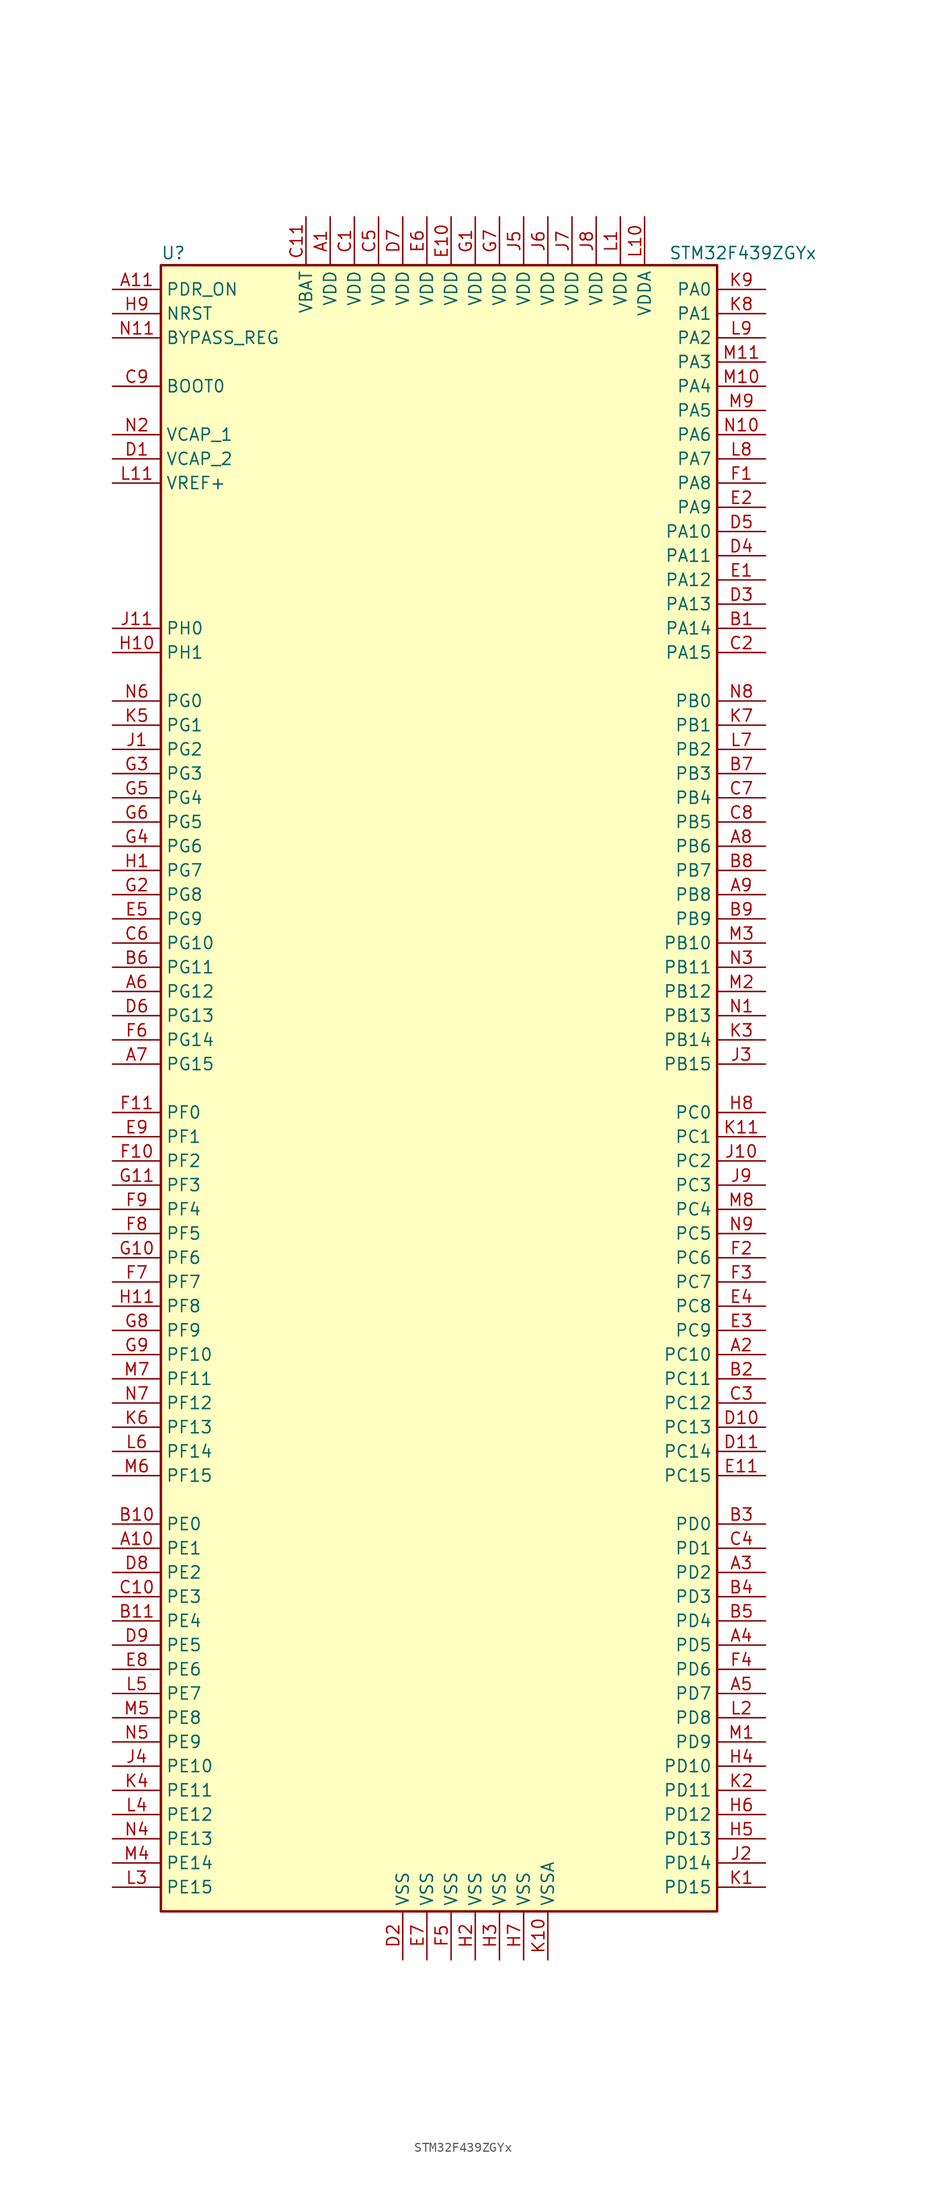
<source format=kicad_sym>
(kicad_symbol_lib
  (version 20201005)
  (generator kicad_symbol_editor)
  (symbol "MCU_ST_STM32F4:STM32F439ZGYx"
    (property "Reference" "U"
      (at -30.48 87.63 0)
      (effects (font (size 1.27 1.27)) (justify left)))
    (property "Value" "STM32F439ZGYx"
      (at 22.86 87.63 0)
      (effects (font (size 1.27 1.27)) (justify left)))
    (symbol "STM32F439ZGYx_0_1"
      (rectangle (start -30.48 -86.36) (end 27.94 86.36) (stroke (width 0.254)) (fill (type background))))
    (symbol "STM32F439ZGYx_1_1"
      (pin input line (at -35.56 73.66 0) (length 5.08) (name "BOOT0" (effects (font (size 1.27 1.27)))) (number "C9" (effects (font (size 1.27 1.27)))))
      (pin input line (at -35.56 78.74 0) (length 5.08) (name "BYPASS_REG" (effects (font (size 1.27 1.27)))) (number "N11" (effects (font (size 1.27 1.27)))))
      (pin input line (at -35.56 81.28 0) (length 5.08) (name "NRST" (effects (font (size 1.27 1.27)))) (number "H9" (effects (font (size 1.27 1.27)))))
      (pin bidirectional line (at 33.02 83.82 180) (length 5.08) (name "PA0" (effects (font (size 1.27 1.27)))) (number "K9" (effects (font (size 1.27 1.27)))))
      (pin bidirectional line (at 33.02 81.28 180) (length 5.08) (name "PA1" (effects (font (size 1.27 1.27)))) (number "K8" (effects (font (size 1.27 1.27)))))
      (pin bidirectional line (at 33.02 58.42 180) (length 5.08) (name "PA10" (effects (font (size 1.27 1.27)))) (number "D5" (effects (font (size 1.27 1.27)))))
      (pin bidirectional line (at 33.02 55.88 180) (length 5.08) (name "PA11" (effects (font (size 1.27 1.27)))) (number "D4" (effects (font (size 1.27 1.27)))))
      (pin bidirectional line (at 33.02 53.34 180) (length 5.08) (name "PA12" (effects (font (size 1.27 1.27)))) (number "E1" (effects (font (size 1.27 1.27)))))
      (pin bidirectional line (at 33.02 50.8 180) (length 5.08) (name "PA13" (effects (font (size 1.27 1.27)))) (number "D3" (effects (font (size 1.27 1.27)))))
      (pin bidirectional line (at 33.02 48.26 180) (length 5.08) (name "PA14" (effects (font (size 1.27 1.27)))) (number "B1" (effects (font (size 1.27 1.27)))))
      (pin bidirectional line (at 33.02 45.72 180) (length 5.08) (name "PA15" (effects (font (size 1.27 1.27)))) (number "C2" (effects (font (size 1.27 1.27)))))
      (pin bidirectional line (at 33.02 78.74 180) (length 5.08) (name "PA2" (effects (font (size 1.27 1.27)))) (number "L9" (effects (font (size 1.27 1.27)))))
      (pin bidirectional line (at 33.02 76.2 180) (length 5.08) (name "PA3" (effects (font (size 1.27 1.27)))) (number "M11" (effects (font (size 1.27 1.27)))))
      (pin bidirectional line (at 33.02 73.66 180) (length 5.08) (name "PA4" (effects (font (size 1.27 1.27)))) (number "M10" (effects (font (size 1.27 1.27)))))
      (pin bidirectional line (at 33.02 71.12 180) (length 5.08) (name "PA5" (effects (font (size 1.27 1.27)))) (number "M9" (effects (font (size 1.27 1.27)))))
      (pin bidirectional line (at 33.02 68.58 180) (length 5.08) (name "PA6" (effects (font (size 1.27 1.27)))) (number "N10" (effects (font (size 1.27 1.27)))))
      (pin bidirectional line (at 33.02 66.04 180) (length 5.08) (name "PA7" (effects (font (size 1.27 1.27)))) (number "L8" (effects (font (size 1.27 1.27)))))
      (pin bidirectional line (at 33.02 63.5 180) (length 5.08) (name "PA8" (effects (font (size 1.27 1.27)))) (number "F1" (effects (font (size 1.27 1.27)))))
      (pin bidirectional line (at 33.02 60.96 180) (length 5.08) (name "PA9" (effects (font (size 1.27 1.27)))) (number "E2" (effects (font (size 1.27 1.27)))))
      (pin bidirectional line (at 33.02 40.64 180) (length 5.08) (name "PB0" (effects (font (size 1.27 1.27)))) (number "N8" (effects (font (size 1.27 1.27)))))
      (pin bidirectional line (at 33.02 38.1 180) (length 5.08) (name "PB1" (effects (font (size 1.27 1.27)))) (number "K7" (effects (font (size 1.27 1.27)))))
      (pin bidirectional line (at 33.02 15.24 180) (length 5.08) (name "PB10" (effects (font (size 1.27 1.27)))) (number "M3" (effects (font (size 1.27 1.27)))))
      (pin bidirectional line (at 33.02 12.7 180) (length 5.08) (name "PB11" (effects (font (size 1.27 1.27)))) (number "N3" (effects (font (size 1.27 1.27)))))
      (pin bidirectional line (at 33.02 10.16 180) (length 5.08) (name "PB12" (effects (font (size 1.27 1.27)))) (number "M2" (effects (font (size 1.27 1.27)))))
      (pin bidirectional line (at 33.02 7.62 180) (length 5.08) (name "PB13" (effects (font (size 1.27 1.27)))) (number "N1" (effects (font (size 1.27 1.27)))))
      (pin bidirectional line (at 33.02 5.08 180) (length 5.08) (name "PB14" (effects (font (size 1.27 1.27)))) (number "K3" (effects (font (size 1.27 1.27)))))
      (pin bidirectional line (at 33.02 2.54 180) (length 5.08) (name "PB15" (effects (font (size 1.27 1.27)))) (number "J3" (effects (font (size 1.27 1.27)))))
      (pin bidirectional line (at 33.02 35.56 180) (length 5.08) (name "PB2" (effects (font (size 1.27 1.27)))) (number "L7" (effects (font (size 1.27 1.27)))))
      (pin bidirectional line (at 33.02 33.02 180) (length 5.08) (name "PB3" (effects (font (size 1.27 1.27)))) (number "B7" (effects (font (size 1.27 1.27)))))
      (pin bidirectional line (at 33.02 30.48 180) (length 5.08) (name "PB4" (effects (font (size 1.27 1.27)))) (number "C7" (effects (font (size 1.27 1.27)))))
      (pin bidirectional line (at 33.02 27.94 180) (length 5.08) (name "PB5" (effects (font (size 1.27 1.27)))) (number "C8" (effects (font (size 1.27 1.27)))))
      (pin bidirectional line (at 33.02 25.4 180) (length 5.08) (name "PB6" (effects (font (size 1.27 1.27)))) (number "A8" (effects (font (size 1.27 1.27)))))
      (pin bidirectional line (at 33.02 22.86 180) (length 5.08) (name "PB7" (effects (font (size 1.27 1.27)))) (number "B8" (effects (font (size 1.27 1.27)))))
      (pin bidirectional line (at 33.02 20.32 180) (length 5.08) (name "PB8" (effects (font (size 1.27 1.27)))) (number "A9" (effects (font (size 1.27 1.27)))))
      (pin bidirectional line (at 33.02 17.78 180) (length 5.08) (name "PB9" (effects (font (size 1.27 1.27)))) (number "B9" (effects (font (size 1.27 1.27)))))
      (pin bidirectional line (at 33.02 -2.54 180) (length 5.08) (name "PC0" (effects (font (size 1.27 1.27)))) (number "H8" (effects (font (size 1.27 1.27)))))
      (pin bidirectional line (at 33.02 -5.08 180) (length 5.08) (name "PC1" (effects (font (size 1.27 1.27)))) (number "K11" (effects (font (size 1.27 1.27)))))
      (pin bidirectional line (at 33.02 -27.94 180) (length 5.08) (name "PC10" (effects (font (size 1.27 1.27)))) (number "A2" (effects (font (size 1.27 1.27)))))
      (pin bidirectional line (at 33.02 -30.48 180) (length 5.08) (name "PC11" (effects (font (size 1.27 1.27)))) (number "B2" (effects (font (size 1.27 1.27)))))
      (pin bidirectional line (at 33.02 -33.02 180) (length 5.08) (name "PC12" (effects (font (size 1.27 1.27)))) (number "C3" (effects (font (size 1.27 1.27)))))
      (pin bidirectional line (at 33.02 -35.56 180) (length 5.08) (name "PC13" (effects (font (size 1.27 1.27)))) (number "D10" (effects (font (size 1.27 1.27)))))
      (pin bidirectional line (at 33.02 -38.1 180) (length 5.08) (name "PC14" (effects (font (size 1.27 1.27)))) (number "D11" (effects (font (size 1.27 1.27)))))
      (pin bidirectional line (at 33.02 -40.64 180) (length 5.08) (name "PC15" (effects (font (size 1.27 1.27)))) (number "E11" (effects (font (size 1.27 1.27)))))
      (pin bidirectional line (at 33.02 -7.62 180) (length 5.08) (name "PC2" (effects (font (size 1.27 1.27)))) (number "J10" (effects (font (size 1.27 1.27)))))
      (pin bidirectional line (at 33.02 -10.16 180) (length 5.08) (name "PC3" (effects (font (size 1.27 1.27)))) (number "J9" (effects (font (size 1.27 1.27)))))
      (pin bidirectional line (at 33.02 -12.7 180) (length 5.08) (name "PC4" (effects (font (size 1.27 1.27)))) (number "M8" (effects (font (size 1.27 1.27)))))
      (pin bidirectional line (at 33.02 -15.24 180) (length 5.08) (name "PC5" (effects (font (size 1.27 1.27)))) (number "N9" (effects (font (size 1.27 1.27)))))
      (pin bidirectional line (at 33.02 -17.78 180) (length 5.08) (name "PC6" (effects (font (size 1.27 1.27)))) (number "F2" (effects (font (size 1.27 1.27)))))
      (pin bidirectional line (at 33.02 -20.32 180) (length 5.08) (name "PC7" (effects (font (size 1.27 1.27)))) (number "F3" (effects (font (size 1.27 1.27)))))
      (pin bidirectional line (at 33.02 -22.86 180) (length 5.08) (name "PC8" (effects (font (size 1.27 1.27)))) (number "E4" (effects (font (size 1.27 1.27)))))
      (pin bidirectional line (at 33.02 -25.4 180) (length 5.08) (name "PC9" (effects (font (size 1.27 1.27)))) (number "E3" (effects (font (size 1.27 1.27)))))
      (pin bidirectional line (at 33.02 -45.72 180) (length 5.08) (name "PD0" (effects (font (size 1.27 1.27)))) (number "B3" (effects (font (size 1.27 1.27)))))
      (pin bidirectional line (at 33.02 -48.26 180) (length 5.08) (name "PD1" (effects (font (size 1.27 1.27)))) (number "C4" (effects (font (size 1.27 1.27)))))
      (pin bidirectional line (at 33.02 -71.12 180) (length 5.08) (name "PD10" (effects (font (size 1.27 1.27)))) (number "H4" (effects (font (size 1.27 1.27)))))
      (pin bidirectional line (at 33.02 -73.66 180) (length 5.08) (name "PD11" (effects (font (size 1.27 1.27)))) (number "K2" (effects (font (size 1.27 1.27)))))
      (pin bidirectional line (at 33.02 -76.2 180) (length 5.08) (name "PD12" (effects (font (size 1.27 1.27)))) (number "H6" (effects (font (size 1.27 1.27)))))
      (pin bidirectional line (at 33.02 -78.74 180) (length 5.08) (name "PD13" (effects (font (size 1.27 1.27)))) (number "H5" (effects (font (size 1.27 1.27)))))
      (pin bidirectional line (at 33.02 -81.28 180) (length 5.08) (name "PD14" (effects (font (size 1.27 1.27)))) (number "J2" (effects (font (size 1.27 1.27)))))
      (pin bidirectional line (at 33.02 -83.82 180) (length 5.08) (name "PD15" (effects (font (size 1.27 1.27)))) (number "K1" (effects (font (size 1.27 1.27)))))
      (pin bidirectional line (at 33.02 -50.8 180) (length 5.08) (name "PD2" (effects (font (size 1.27 1.27)))) (number "A3" (effects (font (size 1.27 1.27)))))
      (pin bidirectional line (at 33.02 -53.34 180) (length 5.08) (name "PD3" (effects (font (size 1.27 1.27)))) (number "B4" (effects (font (size 1.27 1.27)))))
      (pin bidirectional line (at 33.02 -55.88 180) (length 5.08) (name "PD4" (effects (font (size 1.27 1.27)))) (number "B5" (effects (font (size 1.27 1.27)))))
      (pin bidirectional line (at 33.02 -58.42 180) (length 5.08) (name "PD5" (effects (font (size 1.27 1.27)))) (number "A4" (effects (font (size 1.27 1.27)))))
      (pin bidirectional line (at 33.02 -60.96 180) (length 5.08) (name "PD6" (effects (font (size 1.27 1.27)))) (number "F4" (effects (font (size 1.27 1.27)))))
      (pin bidirectional line (at 33.02 -63.5 180) (length 5.08) (name "PD7" (effects (font (size 1.27 1.27)))) (number "A5" (effects (font (size 1.27 1.27)))))
      (pin bidirectional line (at 33.02 -66.04 180) (length 5.08) (name "PD8" (effects (font (size 1.27 1.27)))) (number "L2" (effects (font (size 1.27 1.27)))))
      (pin bidirectional line (at 33.02 -68.58 180) (length 5.08) (name "PD9" (effects (font (size 1.27 1.27)))) (number "M1" (effects (font (size 1.27 1.27)))))
      (pin input line (at -35.56 83.82 0) (length 5.08) (name "PDR_ON" (effects (font (size 1.27 1.27)))) (number "A11" (effects (font (size 1.27 1.27)))))
      (pin bidirectional line (at -35.56 -45.72 0) (length 5.08) (name "PE0" (effects (font (size 1.27 1.27)))) (number "B10" (effects (font (size 1.27 1.27)))))
      (pin bidirectional line (at -35.56 -48.26 0) (length 5.08) (name "PE1" (effects (font (size 1.27 1.27)))) (number "A10" (effects (font (size 1.27 1.27)))))
      (pin bidirectional line (at -35.56 -71.12 0) (length 5.08) (name "PE10" (effects (font (size 1.27 1.27)))) (number "J4" (effects (font (size 1.27 1.27)))))
      (pin bidirectional line (at -35.56 -73.66 0) (length 5.08) (name "PE11" (effects (font (size 1.27 1.27)))) (number "K4" (effects (font (size 1.27 1.27)))))
      (pin bidirectional line (at -35.56 -76.2 0) (length 5.08) (name "PE12" (effects (font (size 1.27 1.27)))) (number "L4" (effects (font (size 1.27 1.27)))))
      (pin bidirectional line (at -35.56 -78.74 0) (length 5.08) (name "PE13" (effects (font (size 1.27 1.27)))) (number "N4" (effects (font (size 1.27 1.27)))))
      (pin bidirectional line (at -35.56 -81.28 0) (length 5.08) (name "PE14" (effects (font (size 1.27 1.27)))) (number "M4" (effects (font (size 1.27 1.27)))))
      (pin bidirectional line (at -35.56 -83.82 0) (length 5.08) (name "PE15" (effects (font (size 1.27 1.27)))) (number "L3" (effects (font (size 1.27 1.27)))))
      (pin bidirectional line (at -35.56 -50.8 0) (length 5.08) (name "PE2" (effects (font (size 1.27 1.27)))) (number "D8" (effects (font (size 1.27 1.27)))))
      (pin bidirectional line (at -35.56 -53.34 0) (length 5.08) (name "PE3" (effects (font (size 1.27 1.27)))) (number "C10" (effects (font (size 1.27 1.27)))))
      (pin bidirectional line (at -35.56 -55.88 0) (length 5.08) (name "PE4" (effects (font (size 1.27 1.27)))) (number "B11" (effects (font (size 1.27 1.27)))))
      (pin bidirectional line (at -35.56 -58.42 0) (length 5.08) (name "PE5" (effects (font (size 1.27 1.27)))) (number "D9" (effects (font (size 1.27 1.27)))))
      (pin bidirectional line (at -35.56 -60.96 0) (length 5.08) (name "PE6" (effects (font (size 1.27 1.27)))) (number "E8" (effects (font (size 1.27 1.27)))))
      (pin bidirectional line (at -35.56 -63.5 0) (length 5.08) (name "PE7" (effects (font (size 1.27 1.27)))) (number "L5" (effects (font (size 1.27 1.27)))))
      (pin bidirectional line (at -35.56 -66.04 0) (length 5.08) (name "PE8" (effects (font (size 1.27 1.27)))) (number "M5" (effects (font (size 1.27 1.27)))))
      (pin bidirectional line (at -35.56 -68.58 0) (length 5.08) (name "PE9" (effects (font (size 1.27 1.27)))) (number "N5" (effects (font (size 1.27 1.27)))))
      (pin bidirectional line (at -35.56 -2.54 0) (length 5.08) (name "PF0" (effects (font (size 1.27 1.27)))) (number "F11" (effects (font (size 1.27 1.27)))))
      (pin bidirectional line (at -35.56 -5.08 0) (length 5.08) (name "PF1" (effects (font (size 1.27 1.27)))) (number "E9" (effects (font (size 1.27 1.27)))))
      (pin bidirectional line (at -35.56 -27.94 0) (length 5.08) (name "PF10" (effects (font (size 1.27 1.27)))) (number "G9" (effects (font (size 1.27 1.27)))))
      (pin bidirectional line (at -35.56 -30.48 0) (length 5.08) (name "PF11" (effects (font (size 1.27 1.27)))) (number "M7" (effects (font (size 1.27 1.27)))))
      (pin bidirectional line (at -35.56 -33.02 0) (length 5.08) (name "PF12" (effects (font (size 1.27 1.27)))) (number "N7" (effects (font (size 1.27 1.27)))))
      (pin bidirectional line (at -35.56 -35.56 0) (length 5.08) (name "PF13" (effects (font (size 1.27 1.27)))) (number "K6" (effects (font (size 1.27 1.27)))))
      (pin bidirectional line (at -35.56 -38.1 0) (length 5.08) (name "PF14" (effects (font (size 1.27 1.27)))) (number "L6" (effects (font (size 1.27 1.27)))))
      (pin bidirectional line (at -35.56 -40.64 0) (length 5.08) (name "PF15" (effects (font (size 1.27 1.27)))) (number "M6" (effects (font (size 1.27 1.27)))))
      (pin bidirectional line (at -35.56 -7.62 0) (length 5.08) (name "PF2" (effects (font (size 1.27 1.27)))) (number "F10" (effects (font (size 1.27 1.27)))))
      (pin bidirectional line (at -35.56 -10.16 0) (length 5.08) (name "PF3" (effects (font (size 1.27 1.27)))) (number "G11" (effects (font (size 1.27 1.27)))))
      (pin bidirectional line (at -35.56 -12.7 0) (length 5.08) (name "PF4" (effects (font (size 1.27 1.27)))) (number "F9" (effects (font (size 1.27 1.27)))))
      (pin bidirectional line (at -35.56 -15.24 0) (length 5.08) (name "PF5" (effects (font (size 1.27 1.27)))) (number "F8" (effects (font (size 1.27 1.27)))))
      (pin bidirectional line (at -35.56 -17.78 0) (length 5.08) (name "PF6" (effects (font (size 1.27 1.27)))) (number "G10" (effects (font (size 1.27 1.27)))))
      (pin bidirectional line (at -35.56 -20.32 0) (length 5.08) (name "PF7" (effects (font (size 1.27 1.27)))) (number "F7" (effects (font (size 1.27 1.27)))))
      (pin bidirectional line (at -35.56 -22.86 0) (length 5.08) (name "PF8" (effects (font (size 1.27 1.27)))) (number "H11" (effects (font (size 1.27 1.27)))))
      (pin bidirectional line (at -35.56 -25.4 0) (length 5.08) (name "PF9" (effects (font (size 1.27 1.27)))) (number "G8" (effects (font (size 1.27 1.27)))))
      (pin bidirectional line (at -35.56 40.64 0) (length 5.08) (name "PG0" (effects (font (size 1.27 1.27)))) (number "N6" (effects (font (size 1.27 1.27)))))
      (pin bidirectional line (at -35.56 38.1 0) (length 5.08) (name "PG1" (effects (font (size 1.27 1.27)))) (number "K5" (effects (font (size 1.27 1.27)))))
      (pin bidirectional line (at -35.56 15.24 0) (length 5.08) (name "PG10" (effects (font (size 1.27 1.27)))) (number "C6" (effects (font (size 1.27 1.27)))))
      (pin bidirectional line (at -35.56 12.7 0) (length 5.08) (name "PG11" (effects (font (size 1.27 1.27)))) (number "B6" (effects (font (size 1.27 1.27)))))
      (pin bidirectional line (at -35.56 10.16 0) (length 5.08) (name "PG12" (effects (font (size 1.27 1.27)))) (number "A6" (effects (font (size 1.27 1.27)))))
      (pin bidirectional line (at -35.56 7.62 0) (length 5.08) (name "PG13" (effects (font (size 1.27 1.27)))) (number "D6" (effects (font (size 1.27 1.27)))))
      (pin bidirectional line (at -35.56 5.08 0) (length 5.08) (name "PG14" (effects (font (size 1.27 1.27)))) (number "F6" (effects (font (size 1.27 1.27)))))
      (pin bidirectional line (at -35.56 2.54 0) (length 5.08) (name "PG15" (effects (font (size 1.27 1.27)))) (number "A7" (effects (font (size 1.27 1.27)))))
      (pin bidirectional line (at -35.56 35.56 0) (length 5.08) (name "PG2" (effects (font (size 1.27 1.27)))) (number "J1" (effects (font (size 1.27 1.27)))))
      (pin bidirectional line (at -35.56 33.02 0) (length 5.08) (name "PG3" (effects (font (size 1.27 1.27)))) (number "G3" (effects (font (size 1.27 1.27)))))
      (pin bidirectional line (at -35.56 30.48 0) (length 5.08) (name "PG4" (effects (font (size 1.27 1.27)))) (number "G5" (effects (font (size 1.27 1.27)))))
      (pin bidirectional line (at -35.56 27.94 0) (length 5.08) (name "PG5" (effects (font (size 1.27 1.27)))) (number "G6" (effects (font (size 1.27 1.27)))))
      (pin bidirectional line (at -35.56 25.4 0) (length 5.08) (name "PG6" (effects (font (size 1.27 1.27)))) (number "G4" (effects (font (size 1.27 1.27)))))
      (pin bidirectional line (at -35.56 22.86 0) (length 5.08) (name "PG7" (effects (font (size 1.27 1.27)))) (number "H1" (effects (font (size 1.27 1.27)))))
      (pin bidirectional line (at -35.56 20.32 0) (length 5.08) (name "PG8" (effects (font (size 1.27 1.27)))) (number "G2" (effects (font (size 1.27 1.27)))))
      (pin bidirectional line (at -35.56 17.78 0) (length 5.08) (name "PG9" (effects (font (size 1.27 1.27)))) (number "E5" (effects (font (size 1.27 1.27)))))
      (pin input line (at -35.56 48.26 0) (length 5.08) (name "PH0" (effects (font (size 1.27 1.27)))) (number "J11" (effects (font (size 1.27 1.27)))))
      (pin input line (at -35.56 45.72 0) (length 5.08) (name "PH1" (effects (font (size 1.27 1.27)))) (number "H10" (effects (font (size 1.27 1.27)))))
      (pin power_in line (at -15.24 91.44 270) (length 5.08) (name "VBAT" (effects (font (size 1.27 1.27)))) (number "C11" (effects (font (size 1.27 1.27)))))
      (pin power_in line (at -35.56 68.58 0) (length 5.08) (name "VCAP_1" (effects (font (size 1.27 1.27)))) (number "N2" (effects (font (size 1.27 1.27)))))
      (pin power_in line (at -35.56 66.04 0) (length 5.08) (name "VCAP_2" (effects (font (size 1.27 1.27)))) (number "D1" (effects (font (size 1.27 1.27)))))
      (pin power_in line (at -12.7 91.44 270) (length 5.08) (name "VDD" (effects (font (size 1.27 1.27)))) (number "A1" (effects (font (size 1.27 1.27)))))
      (pin power_in line (at -10.16 91.44 270) (length 5.08) (name "VDD" (effects (font (size 1.27 1.27)))) (number "C1" (effects (font (size 1.27 1.27)))))
      (pin power_in line (at -7.62 91.44 270) (length 5.08) (name "VDD" (effects (font (size 1.27 1.27)))) (number "C5" (effects (font (size 1.27 1.27)))))
      (pin power_in line (at -5.08 91.44 270) (length 5.08) (name "VDD" (effects (font (size 1.27 1.27)))) (number "D7" (effects (font (size 1.27 1.27)))))
      (pin power_in line (at 0 91.44 270) (length 5.08) (name "VDD" (effects (font (size 1.27 1.27)))) (number "E10" (effects (font (size 1.27 1.27)))))
      (pin power_in line (at -2.54 91.44 270) (length 5.08) (name "VDD" (effects (font (size 1.27 1.27)))) (number "E6" (effects (font (size 1.27 1.27)))))
      (pin power_in line (at 2.54 91.44 270) (length 5.08) (name "VDD" (effects (font (size 1.27 1.27)))) (number "G1" (effects (font (size 1.27 1.27)))))
      (pin power_in line (at 5.08 91.44 270) (length 5.08) (name "VDD" (effects (font (size 1.27 1.27)))) (number "G7" (effects (font (size 1.27 1.27)))))
      (pin power_in line (at 7.62 91.44 270) (length 5.08) (name "VDD" (effects (font (size 1.27 1.27)))) (number "J5" (effects (font (size 1.27 1.27)))))
      (pin power_in line (at 10.16 91.44 270) (length 5.08) (name "VDD" (effects (font (size 1.27 1.27)))) (number "J6" (effects (font (size 1.27 1.27)))))
      (pin power_in line (at 12.7 91.44 270) (length 5.08) (name "VDD" (effects (font (size 1.27 1.27)))) (number "J7" (effects (font (size 1.27 1.27)))))
      (pin power_in line (at 15.24 91.44 270) (length 5.08) (name "VDD" (effects (font (size 1.27 1.27)))) (number "J8" (effects (font (size 1.27 1.27)))))
      (pin power_in line (at 17.78 91.44 270) (length 5.08) (name "VDD" (effects (font (size 1.27 1.27)))) (number "L1" (effects (font (size 1.27 1.27)))))
      (pin power_in line (at 20.32 91.44 270) (length 5.08) (name "VDDA" (effects (font (size 1.27 1.27)))) (number "L10" (effects (font (size 1.27 1.27)))))
      (pin power_in line (at -35.56 63.5 0) (length 5.08) (name "VREF+" (effects (font (size 1.27 1.27)))) (number "L11" (effects (font (size 1.27 1.27)))))
      (pin power_in line (at -5.08 -91.44 90) (length 5.08) (name "VSS" (effects (font (size 1.27 1.27)))) (number "D2" (effects (font (size 1.27 1.27)))))
      (pin power_in line (at -2.54 -91.44 90) (length 5.08) (name "VSS" (effects (font (size 1.27 1.27)))) (number "E7" (effects (font (size 1.27 1.27)))))
      (pin power_in line (at 0 -91.44 90) (length 5.08) (name "VSS" (effects (font (size 1.27 1.27)))) (number "F5" (effects (font (size 1.27 1.27)))))
      (pin power_in line (at 2.54 -91.44 90) (length 5.08) (name "VSS" (effects (font (size 1.27 1.27)))) (number "H2" (effects (font (size 1.27 1.27)))))
      (pin power_in line (at 5.08 -91.44 90) (length 5.08) (name "VSS" (effects (font (size 1.27 1.27)))) (number "H3" (effects (font (size 1.27 1.27)))))
      (pin power_in line (at 7.62 -91.44 90) (length 5.08) (name "VSS" (effects (font (size 1.27 1.27)))) (number "H7" (effects (font (size 1.27 1.27)))))
      (pin power_in line (at 10.16 -91.44 90) (length 5.08) (name "VSSA" (effects (font (size 1.27 1.27)))) (number "K10" (effects (font (size 1.27 1.27))))))))
</source>
